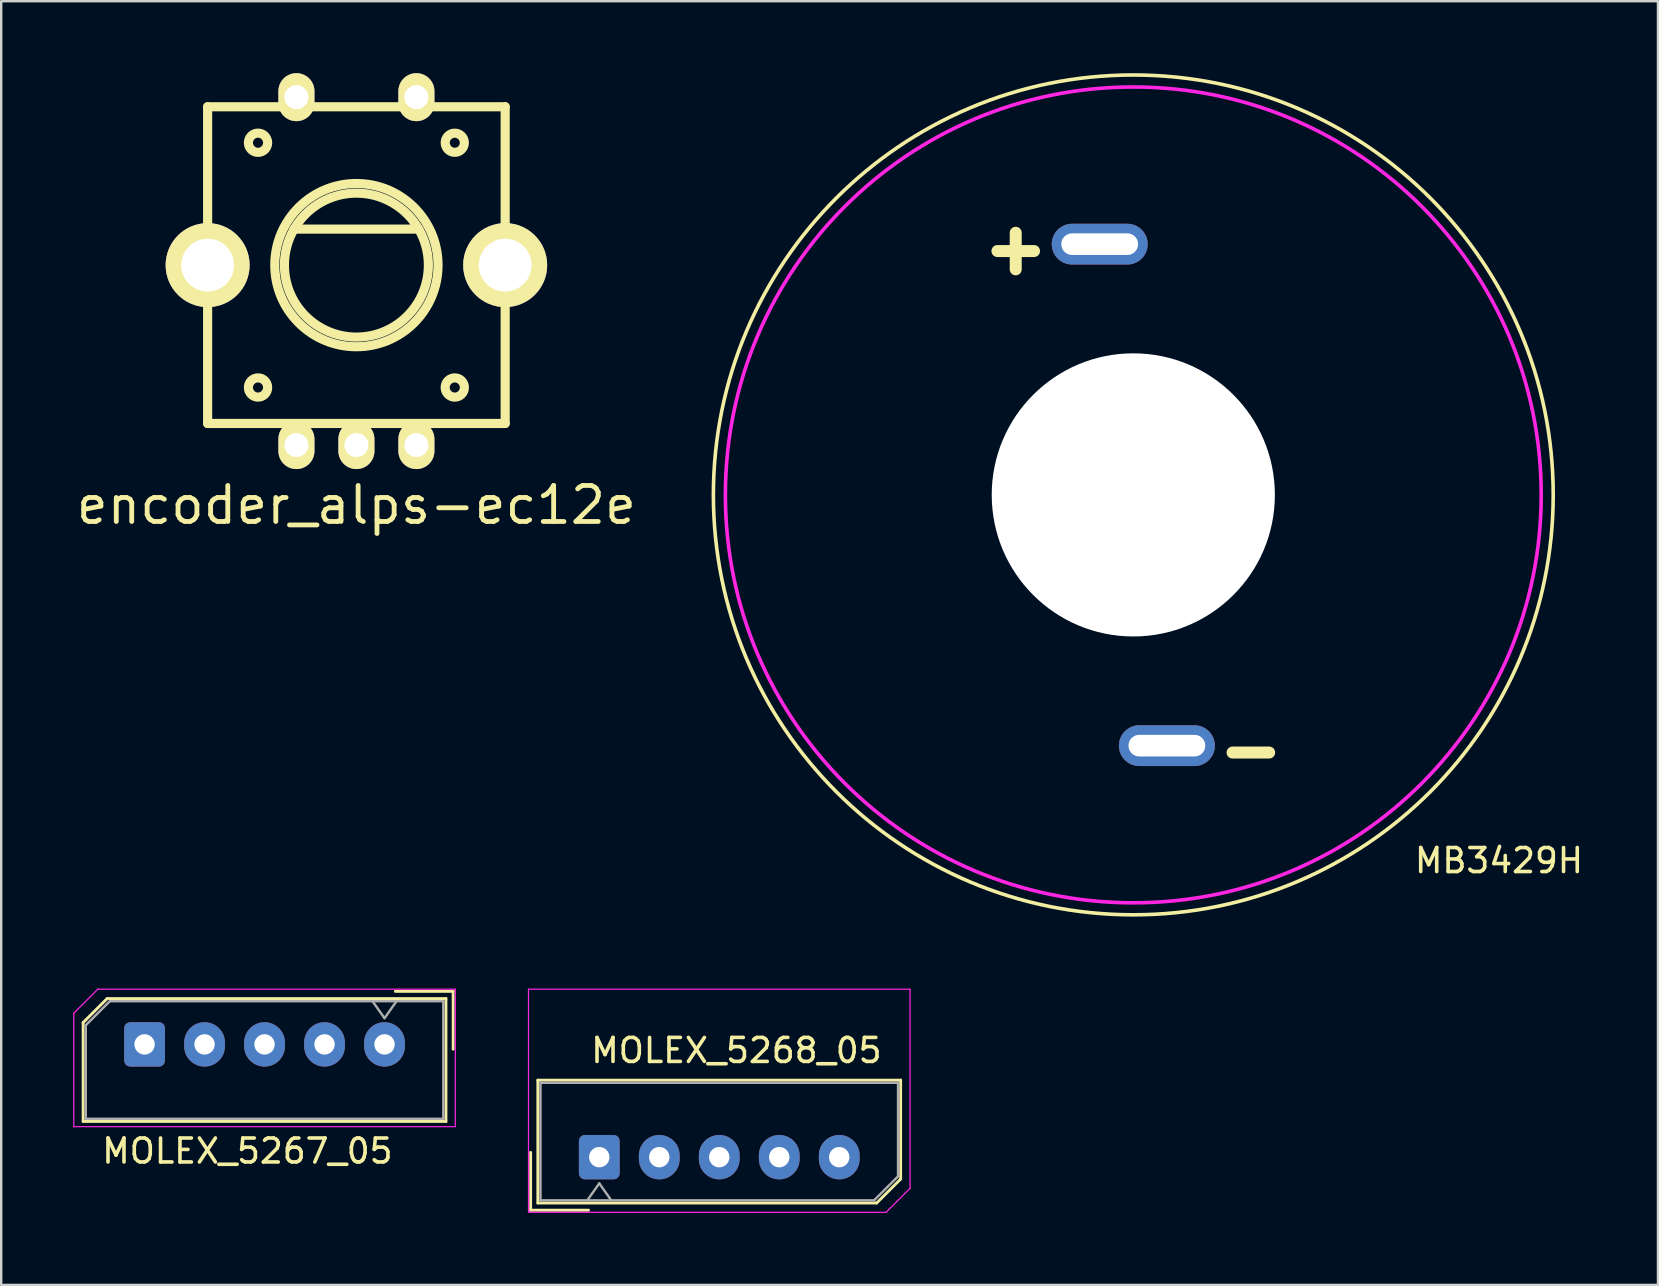
<source format=kicad_pcb>
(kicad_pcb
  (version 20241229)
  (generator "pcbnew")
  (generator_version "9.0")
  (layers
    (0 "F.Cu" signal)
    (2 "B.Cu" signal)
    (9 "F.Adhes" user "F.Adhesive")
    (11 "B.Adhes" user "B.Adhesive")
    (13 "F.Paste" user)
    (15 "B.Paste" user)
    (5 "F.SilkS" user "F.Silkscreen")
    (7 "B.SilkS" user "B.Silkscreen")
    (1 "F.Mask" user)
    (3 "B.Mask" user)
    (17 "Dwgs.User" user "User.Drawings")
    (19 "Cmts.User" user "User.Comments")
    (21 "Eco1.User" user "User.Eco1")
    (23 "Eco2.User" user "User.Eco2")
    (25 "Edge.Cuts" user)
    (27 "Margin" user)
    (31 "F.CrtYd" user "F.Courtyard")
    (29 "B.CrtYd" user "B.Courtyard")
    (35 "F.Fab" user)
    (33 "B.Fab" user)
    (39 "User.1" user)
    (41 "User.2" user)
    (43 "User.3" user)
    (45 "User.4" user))
  (footprint "MOLEX_5267_05"
    (layer "F.Cu")
    (at 2.975 40.475)
    (property "Reference" "MOLEX_5267_05" (at 4.285 4.445 180) (layer "F.SilkS") (effects (font (size 1 1) (thickness 0.15))))
    (attr through_hole)
    (fp_line (start -2.56 -0.91) (end -2.56 3.21) (stroke (width 0.12) (type solid)) (layer "F.SilkS"))
    (fp_line (start -2.56 3.21) (end 12.56 3.21) (stroke (width 0.12) (type solid)) (layer "F.SilkS"))
    (fp_line (start -1.56 -1.91) (end -2.56 -0.91) (stroke (width 0.12) (type solid)) (layer "F.SilkS"))
    (fp_line (start 12.56 -1.91) (end -1.56 -1.91) (stroke (width 0.12) (type solid)) (layer "F.SilkS"))
    (fp_line (start 12.56 3.21) (end 12.56 -1.91) (stroke (width 0.12) (type solid)) (layer "F.SilkS"))
    (fp_line (start 12.86 -2.21) (end 10.45 -2.21) (stroke (width 0.12) (type solid)) (layer "F.SilkS"))
    (fp_line (start 12.86 0.2) (end 12.86 -2.21) (stroke (width 0.12) (type solid)) (layer "F.SilkS"))
    (fp_line (start -2.95 -1.3) (end -2.95 3.429) (stroke (width 0.05) (type solid)) (layer "F.CrtYd"))
    (fp_line (start -2.95 3.429) (end 12.95 3.429) (stroke (width 0.05) (type solid)) (layer "F.CrtYd"))
    (fp_line (start -1.95 -2.3) (end -2.95 -1.3) (stroke (width 0.05) (type solid)) (layer "F.CrtYd"))
    (fp_line (start 12.95 -2.3) (end -1.95 -2.3) (stroke (width 0.05) (type solid)) (layer "F.CrtYd"))
    (fp_line (start 12.95 3.429) (end 12.95 -2.3) (stroke (width 0.05) (type solid)) (layer "F.CrtYd"))
    (fp_line (start -2.45 -0.8) (end -2.45 3.1) (stroke (width 0.1) (type solid)) (layer "F.Fab"))
    (fp_line (start -2.45 3.1) (end 12.45 3.1) (stroke (width 0.1) (type solid)) (layer "F.Fab"))
    (fp_line (start -1.45 -1.8) (end -2.45 -0.8) (stroke (width 0.1) (type solid)) (layer "F.Fab"))
    (fp_line (start 10 -1.093) (end 9.5 -1.8) (stroke (width 0.1) (type solid)) (layer "F.Fab"))
    (fp_line (start 10.5 -1.8) (end 10 -1.093) (stroke (width 0.1) (type solid)) (layer "F.Fab"))
    (fp_line (start 12.45 -1.8) (end -1.45 -1.8) (stroke (width 0.1) (type solid)) (layer "F.Fab"))
    (fp_line (start 12.45 3.1) (end 12.45 -1.8) (stroke (width 0.1) (type solid)) (layer "F.Fab"))
    (pad "1" thru_hole roundrect (at 0 0 180) (size 1.7 1.85) (drill 0.85) (layers "*.Cu" "*.Mask") (roundrect_rratio 0.147))
    (pad "2" thru_hole oval (at 2.5 0 180) (size 1.7 1.85) (drill 0.85) (layers "*.Cu" "*.Mask"))
    (pad "3" thru_hole oval (at 5 0 180) (size 1.7 1.85) (drill 0.85) (layers "*.Cu" "*.Mask"))
    (pad "4" thru_hole oval (at 7.5 0 180) (size 1.7 1.85) (drill 0.85) (layers "*.Cu" "*.Mask"))
    (pad "5" thru_hole oval (at 10 0 180) (size 1.7 1.85) (drill 0.85) (layers "*.Cu" "*.Mask")))
  (footprint "encoder_alps-ec12e"
    (layer "F.Cu")
    (at 11.803 7.999)
    (property "Reference" "encoder_alps-ec12e" (at 0 10 0) (layer "F.SilkS") (effects (font (size 1.501 1.501) (thickness 0.201))))
    (attr through_hole)
    (fp_line (start -6.2 -6.599) (end -6.2 6.599) (stroke (width 0.381) (type solid)) (layer "F.SilkS"))
    (fp_line (start -6.2 6.599) (end 6.2 6.599) (stroke (width 0.381) (type solid)) (layer "F.SilkS"))
    (fp_line (start -2.601 -1.501) (end 2.601 -1.501) (stroke (width 0.381) (type solid)) (layer "F.SilkS"))
    (fp_line (start 6.2 -6.599) (end -6.2 -6.599) (stroke (width 0.381) (type solid)) (layer "F.SilkS"))
    (fp_line (start 6.2 6.599) (end 6.2 -6.599) (stroke (width 0.381) (type solid)) (layer "F.SilkS"))
    (fp_circle (center -4.1 -5.1) (end -4.501 -5.1) (stroke (width 0.381) (type solid)) (fill no) (layer "F.SilkS"))
    (fp_circle (center -4.1 5.1) (end -4.501 5.1) (stroke (width 0.381) (type solid)) (fill no) (layer "F.SilkS"))
    (fp_circle (center 0 0) (end -3.401 0) (stroke (width 0.381) (type solid)) (fill no) (layer "F.SilkS"))
    (fp_circle (center 0 0) (end -3 0) (stroke (width 0.381) (type solid)) (fill no) (layer "F.SilkS"))
    (fp_circle (center 4.1 -5.1) (end 3.701 -5.1) (stroke (width 0.381) (type solid)) (fill no) (layer "F.SilkS"))
    (fp_circle (center 4.1 5.1) (end 4.501 5.1) (stroke (width 0.381) (type solid)) (fill no) (layer "F.SilkS"))
    (pad "" thru_hole circle (at -6.2 0) (size 3.5 3.5) (drill 2.2) (layers "*.Cu" "*.Mask" "F.SilkS"))
    (pad "" thru_hole circle (at 6.2 0) (size 3.5 3.5) (drill 2.2) (layers "*.Cu" "*.Mask" "F.SilkS"))
    (pad "A" thru_hole oval (at -2.5 7.5) (size 1.501 1.999) (drill 1.001) (layers "*.Cu" "*.Mask" "F.SilkS"))
    (pad "B" thru_hole oval (at 2.5 7.5) (size 1.501 1.999) (drill 1.001) (layers "*.Cu" "*.Mask" "F.SilkS"))
    (pad "C" thru_hole oval (at 0 7.5) (size 1.501 1.999) (drill 1.001) (layers "*.Cu" "*.Mask" "F.SilkS"))
    (pad "S1" thru_hole oval (at -2.5 -7) (size 1.501 1.999) (drill 1.001) (layers "*.Cu" "*.Mask" "F.SilkS"))
    (pad "S2" thru_hole oval (at 2.5 -7) (size 1.501 1.999) (drill 1.001) (layers "*.Cu" "*.Mask" "F.SilkS")))
  (footprint "MB3429H"
    (layer "F.Cu")
    (at 44.18 17.575)
    (property "Reference" "MB3429H" (at 15.24 15.24 0) (layer "F.SilkS") (effects (font (size 1 1) (thickness 0.15))))
    (attr through_hole)
    (fp_circle (center 0 0) (end -17.5 0) (stroke (width 0.15) (type solid)) (fill no) (layer "F.SilkS"))
    (fp_circle (center 0 0) (end -17 0) (stroke (width 0.15) (type solid)) (fill no) (layer "F.CrtYd"))
    (fp_text user "+" (at -4.9 -10.3 180) (layer "F.SilkS") (effects (font (size 2 2) (thickness 0.5))))
    (fp_text user "-" (at 4.9 10.6 180) (layer "F.SilkS") (effects (font (size 2 2) (thickness 0.5))))
    (pad "" np_thru_hole circle (at 0 0 180) (size 11.8 11.8) (drill 11.8) (layers "*.Cu" "*.Mask"))
    (pad "1" thru_hole oval (at -1.4 -10.45 180) (size 4 1.7) (drill oval 3.2 0.9) (layers "*.Cu" "*.Mask"))
    (pad "2" thru_hole oval (at 1.4 10.45 180) (size 4 1.7) (drill oval 3.2 0.9) (layers "*.Cu" "*.Mask")))
  (footprint "MOLEX_5268_05"
    (layer "F.Cu")
    (at 21.925 45.175)
    (property "Reference" "MOLEX_5268_05" (at 5.715 -4.445 0) (layer "F.SilkS") (effects (font (size 1 1) (thickness 0.15))))
    (attr through_hole)
    (fp_line (start -2.86 -0.2) (end -2.86 2.21) (stroke (width 0.12) (type solid)) (layer "F.SilkS"))
    (fp_line (start -2.86 2.21) (end -0.45 2.21) (stroke (width 0.12) (type solid)) (layer "F.SilkS"))
    (fp_line (start -2.56 -3.21) (end -2.56 1.91) (stroke (width 0.12) (type solid)) (layer "F.SilkS"))
    (fp_line (start -2.56 1.91) (end 11.56 1.91) (stroke (width 0.12) (type solid)) (layer "F.SilkS"))
    (fp_line (start 11.56 1.91) (end 12.56 0.91) (stroke (width 0.12) (type solid)) (layer "F.SilkS"))
    (fp_line (start 12.56 -3.21) (end -2.56 -3.21) (stroke (width 0.12) (type solid)) (layer "F.SilkS"))
    (fp_line (start 12.56 0.91) (end 12.56 -3.21) (stroke (width 0.12) (type solid)) (layer "F.SilkS"))
    (fp_line (start -2.95 -7) (end -2.95 2.3) (stroke (width 0.05) (type solid)) (layer "F.CrtYd"))
    (fp_line (start -2.95 2.3) (end 11.95 2.3) (stroke (width 0.05) (type solid)) (layer "F.CrtYd"))
    (fp_line (start 11.95 2.3) (end 12.95 1.3) (stroke (width 0.05) (type solid)) (layer "F.CrtYd"))
    (fp_line (start 12.95 -7) (end -2.95 -7) (stroke (width 0.05) (type solid)) (layer "F.CrtYd"))
    (fp_line (start 12.95 1.3) (end 12.95 -7) (stroke (width 0.05) (type solid)) (layer "F.CrtYd"))
    (fp_line (start -2.45 -3.1) (end -2.45 1.8) (stroke (width 0.1) (type solid)) (layer "F.Fab"))
    (fp_line (start -2.45 1.8) (end 11.45 1.8) (stroke (width 0.1) (type solid)) (layer "F.Fab"))
    (fp_line (start -0.5 1.8) (end 0 1.093) (stroke (width 0.1) (type solid)) (layer "F.Fab"))
    (fp_line (start 0 1.093) (end 0.5 1.8) (stroke (width 0.1) (type solid)) (layer "F.Fab"))
    (fp_line (start 11.45 1.8) (end 12.45 0.8) (stroke (width 0.1) (type solid)) (layer "F.Fab"))
    (fp_line (start 12.45 -3.1) (end -2.45 -3.1) (stroke (width 0.1) (type solid)) (layer "F.Fab"))
    (fp_line (start 12.45 0.8) (end 12.45 -3.1) (stroke (width 0.1) (type solid)) (layer "F.Fab"))
    (pad "1" thru_hole roundrect (at 0 0) (size 1.7 1.85) (drill 0.85) (layers "*.Cu" "*.Mask") (roundrect_rratio 0.147))
    (pad "2" thru_hole oval (at 2.5 0) (size 1.7 1.85) (drill 0.85) (layers "*.Cu" "*.Mask"))
    (pad "3" thru_hole oval (at 5 0) (size 1.7 1.85) (drill 0.85) (layers "*.Cu" "*.Mask"))
    (pad "4" thru_hole oval (at 7.5 0) (size 1.7 1.85) (drill 0.85) (layers "*.Cu" "*.Mask"))
    (pad "5" thru_hole oval (at 10 0) (size 1.7 1.85) (drill 0.85) (layers "*.Cu" "*.Mask")))
  (gr_rect
    (start -3 -3)
    (end 66.045 50.5)
    (stroke (width 0.1) (type default))
    (fill no)
    (layer "Edge.Cuts")))
</source>
